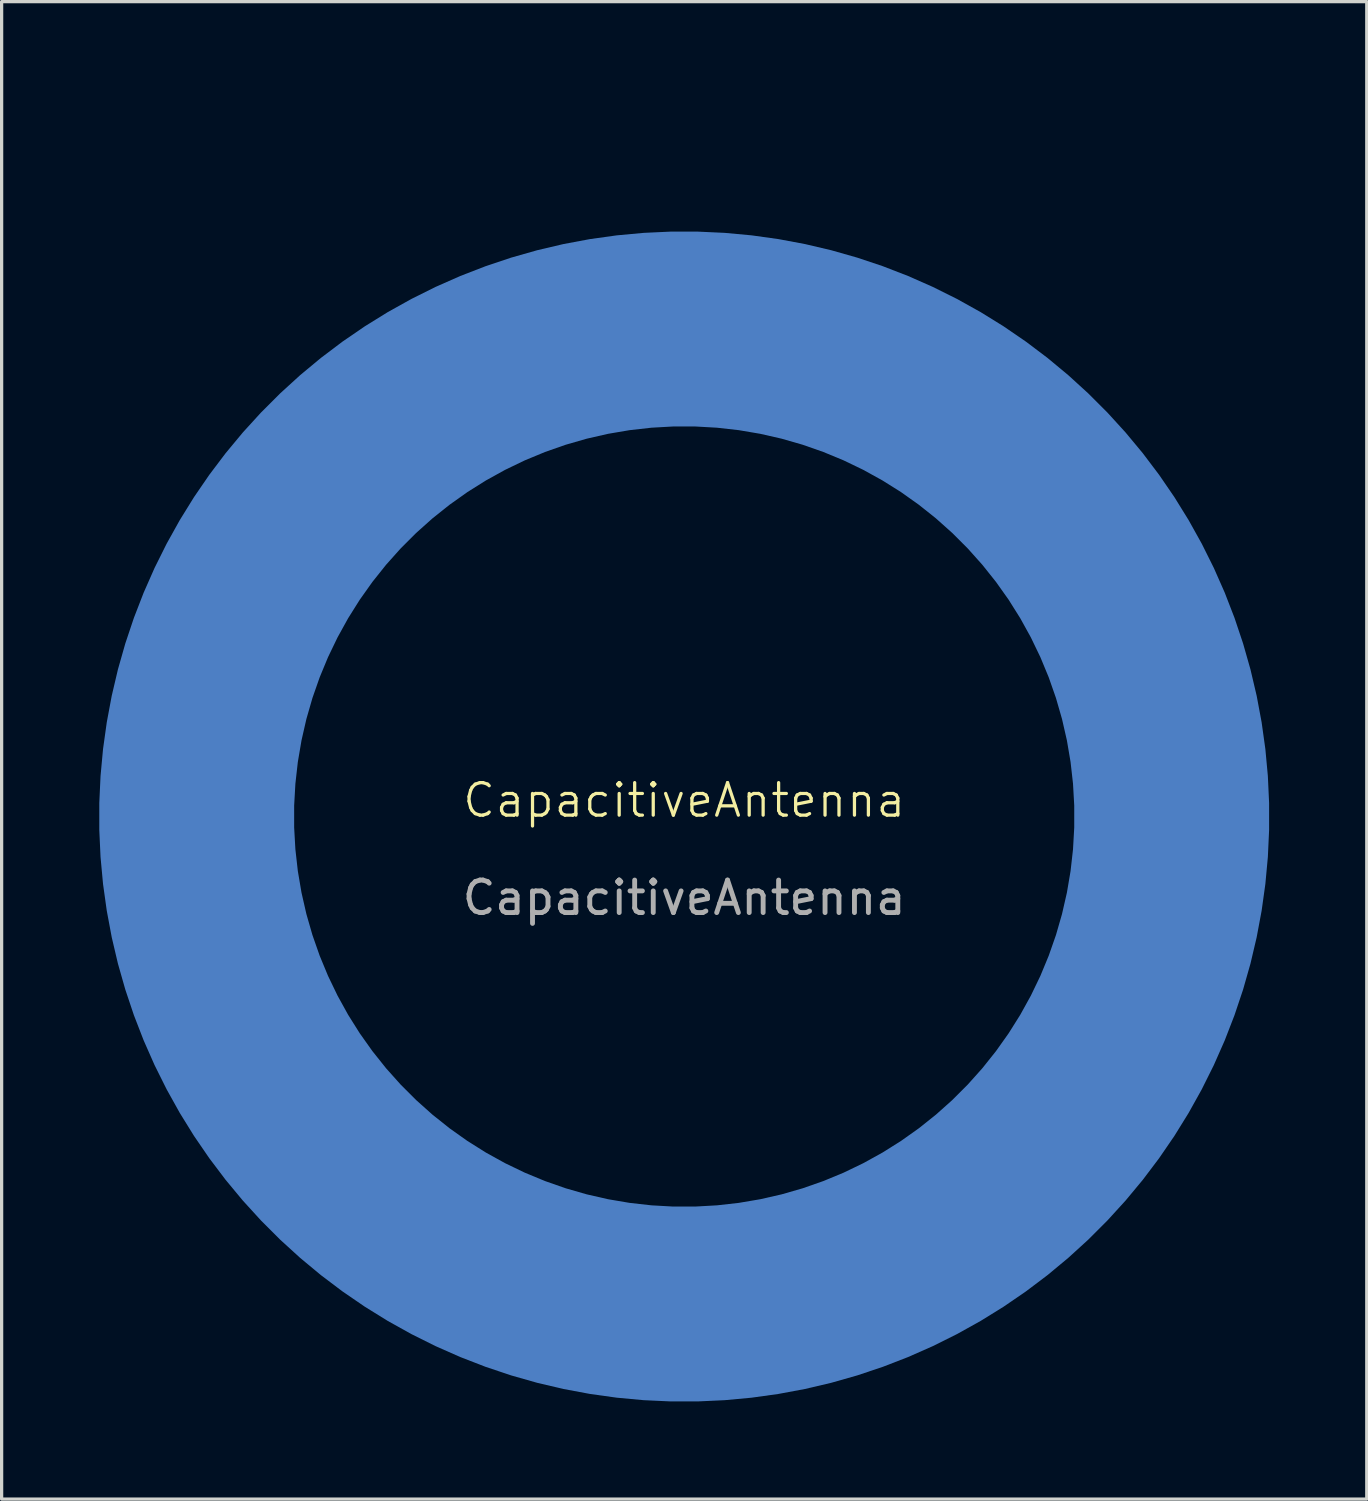
<source format=kicad_pcb>
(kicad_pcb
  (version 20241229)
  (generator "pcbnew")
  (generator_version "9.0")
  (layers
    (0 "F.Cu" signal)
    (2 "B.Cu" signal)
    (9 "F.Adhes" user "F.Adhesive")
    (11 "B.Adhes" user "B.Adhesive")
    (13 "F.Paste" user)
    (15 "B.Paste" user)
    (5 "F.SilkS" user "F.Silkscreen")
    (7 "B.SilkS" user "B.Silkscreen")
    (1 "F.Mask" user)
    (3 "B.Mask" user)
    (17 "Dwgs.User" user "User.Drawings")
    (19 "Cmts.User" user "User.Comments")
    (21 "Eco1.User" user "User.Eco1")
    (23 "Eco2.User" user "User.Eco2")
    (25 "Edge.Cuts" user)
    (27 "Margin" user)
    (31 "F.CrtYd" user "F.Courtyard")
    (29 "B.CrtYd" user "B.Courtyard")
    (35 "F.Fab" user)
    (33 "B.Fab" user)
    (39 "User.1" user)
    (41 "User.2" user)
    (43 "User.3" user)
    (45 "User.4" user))
  (footprint "CapacitiveAntenna"
    (layer "F.Cu")
    (at 18 22.071)
    (property "Reference" "CapacitiveAntenna" (at 0 -0.5 0) (unlocked yes) (layer "F.SilkS") (effects (font (size 1 1) (thickness 0.1))))
    (attr smd)
    (fp_text user "${REFERENCE}" (at 0 2.5 0) (unlocked yes) (layer "F.Fab") (effects (font (size 1 1) (thickness 0.15))))
    (pad "1" smd custom (at -15 0) (size 1.524 1.524) (layers "B.Cu" "B.Mask" "B.Paste") (options (anchor circle)) (primitives (gr_circle (center 15 0) (end 30 0) (width 6) (fill no))))
    (zone (net_name "") (layer "B.Cu") (hatch edge 0.5) (connect_pads) (min_thickness 0.25) (filled_areas_thickness no) (keepout (tracks not_allowed) (vias not_allowed) (pads not_allowed) (copperpour not_allowed) (footprints not_allowed)) (placement (enabled no)) (fill) (polygon (pts (xy 25.071 7.071) (xy 25.051 6.543) (xy 24.992 6.017) (xy 24.894 5.498) (xy 24.757 4.987) (xy 24.582 4.488) (xy 24.371 4.003) (xy 24.124 3.536) (xy 23.842 3.088) (xy 23.528 2.662) (xy 23.183 2.262) (xy 22.81 1.888) (xy 22.409 1.543) (xy 21.983 1.229) (xy 21.536 0.947) (xy 21.068 0.7) (xy 20.583 0.489) (xy 20.084 0.314) (xy 19.573 0.177) (xy 19.054 0.079) (xy 18.528 0.02) (xy 18 0) (xy 17.472 0.02) (xy 16.946 0.079) (xy 16.427 0.177) (xy 15.916 0.314) (xy 15.417 0.489) (xy 14.932 0.7) (xy 14.464 0.947) (xy 14.017 1.229) (xy 13.591 1.543) (xy 13.19 1.888) (xy 12.817 2.262) (xy 12.472 2.662) (xy 12.158 3.088) (xy 11.876 3.536) (xy 11.629 4.003) (xy 11.418 4.488) (xy 11.243 4.987) (xy 11.106 5.498) (xy 11.008 6.017) (xy 10.949 6.543) (xy 10.929 7.071) (xy 10.949 7.599) (xy 11.008 8.125) (xy 11.106 8.645) (xy 11.243 9.155) (xy 11.418 9.654) (xy 11.629 10.139) (xy 11.876 10.607) (xy 12.158 11.054) (xy 12.472 11.48) (xy 12.817 11.881) (xy 13.19 12.255) (xy 13.591 12.599) (xy 14.017 12.913) (xy 14.464 13.195) (xy 14.932 13.442) (xy 15.417 13.653) (xy 15.916 13.828) (xy 16.427 13.965) (xy 16.946 14.063) (xy 17.472 14.122) (xy 18 14.142) (xy 18.528 14.122) (xy 19.054 14.063) (xy 19.573 13.965) (xy 20.084 13.828) (xy 20.583 13.653) (xy 21.068 13.442) (xy 21.536 13.195) (xy 21.983 12.913) (xy 22.409 12.599) (xy 22.81 12.255) (xy 23.183 11.881) (xy 23.528 11.48) (xy 23.842 11.054) (xy 24.124 10.607) (xy 24.371 10.139) (xy 24.582 9.654) (xy 24.757 9.155) (xy 24.894 8.645) (xy 24.992 8.125) (xy 25.051 7.599)))))
  (gr_rect
    (start -3 -3)
    (end 39 43.071)
    (stroke (width 0.1) (type default))
    (fill no)
    (layer "Edge.Cuts")))
</source>
